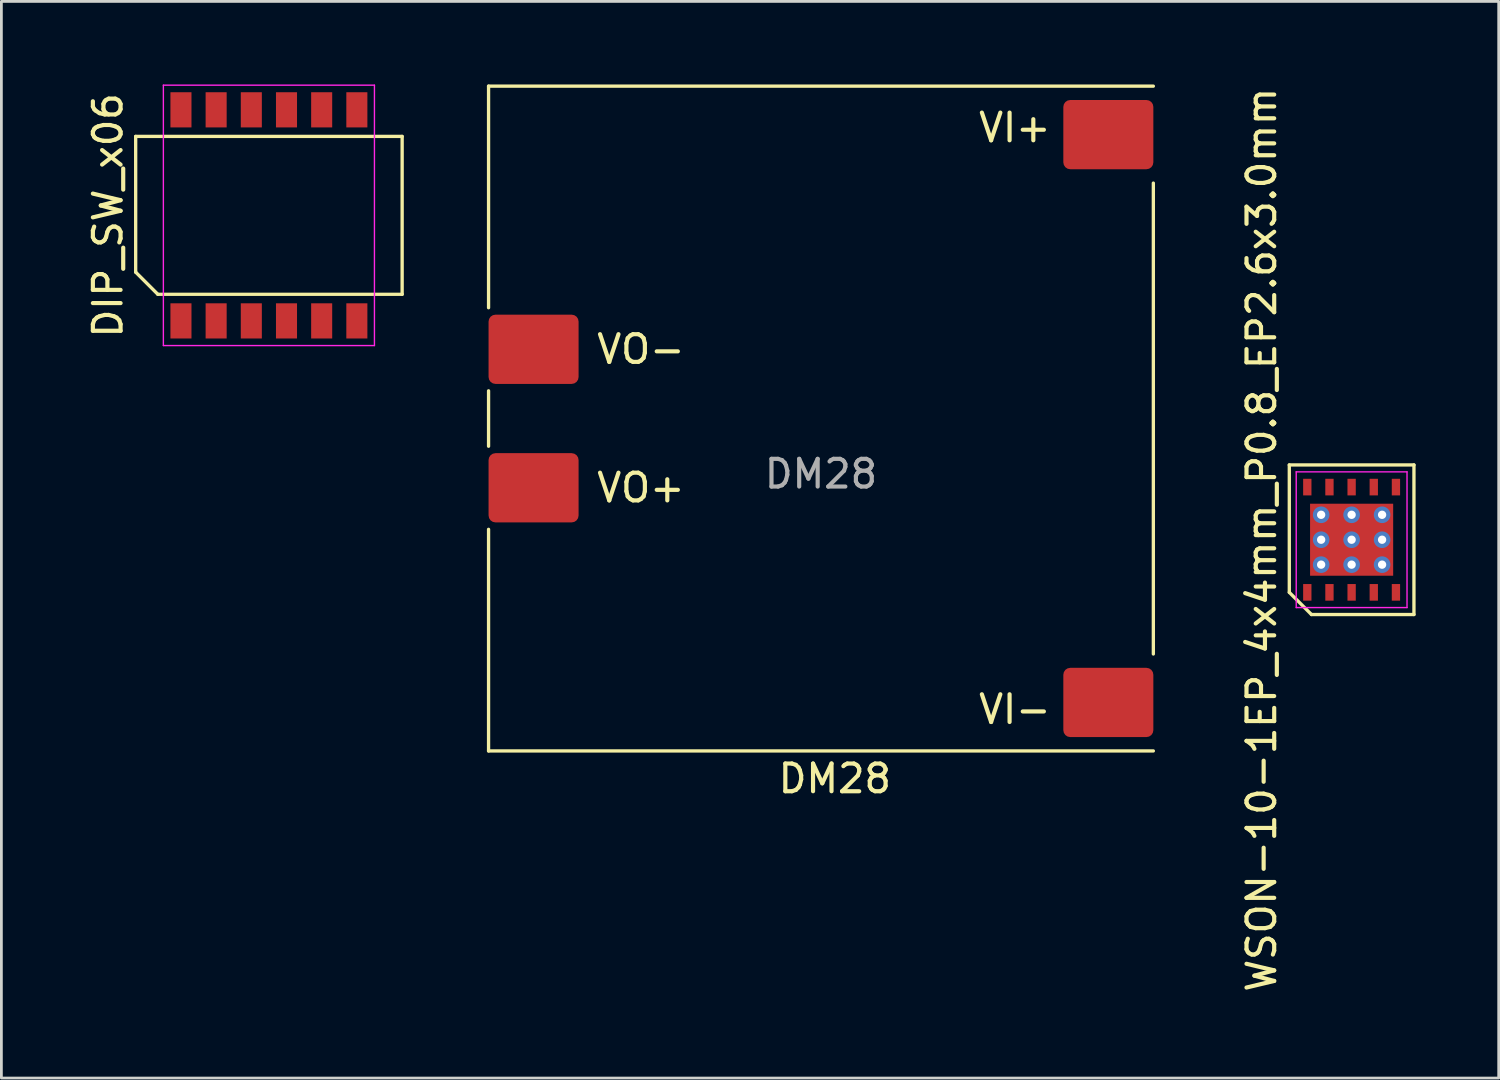
<source format=kicad_pcb>
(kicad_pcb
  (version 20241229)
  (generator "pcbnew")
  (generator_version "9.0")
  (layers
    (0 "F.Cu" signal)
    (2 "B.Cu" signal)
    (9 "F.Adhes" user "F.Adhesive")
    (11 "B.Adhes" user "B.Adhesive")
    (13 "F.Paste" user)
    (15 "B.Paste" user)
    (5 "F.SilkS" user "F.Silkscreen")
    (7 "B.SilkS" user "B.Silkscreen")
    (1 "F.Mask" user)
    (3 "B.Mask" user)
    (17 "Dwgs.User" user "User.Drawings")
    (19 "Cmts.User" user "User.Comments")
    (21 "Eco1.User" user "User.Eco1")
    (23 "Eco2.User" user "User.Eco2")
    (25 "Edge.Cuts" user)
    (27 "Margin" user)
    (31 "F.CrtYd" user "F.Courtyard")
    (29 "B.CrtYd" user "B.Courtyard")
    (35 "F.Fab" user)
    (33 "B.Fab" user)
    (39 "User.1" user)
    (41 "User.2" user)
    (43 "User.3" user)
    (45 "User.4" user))
  (footprint "DIP_SW_x06"
    (layer "F.Cu")
    (at 6.658 4.725)
    (property "Reference" "DIP_SW_x06" (at -5.81 0 90) (layer "F.SilkS") (effects (font (size 1 1) (thickness 0.15))))
    (attr smd)
    (fp_line (start -4.81 -2.85) (end 4.81 -2.85) (stroke (width 0.12) (type solid)) (layer "F.SilkS"))
    (fp_line (start -4.81 2.05) (end -4.81 -2.85) (stroke (width 0.12) (type solid)) (layer "F.SilkS"))
    (fp_line (start -4.01 2.85) (end -4.81 2.05) (stroke (width 0.12) (type solid)) (layer "F.SilkS"))
    (fp_line (start 4.81 -2.85) (end 4.81 2.85) (stroke (width 0.12) (type solid)) (layer "F.SilkS"))
    (fp_line (start 4.81 2.85) (end -4.01 2.85) (stroke (width 0.12) (type solid)) (layer "F.SilkS"))
    (fp_line (start -3.81 -4.7) (end 3.81 -4.7) (stroke (width 0.05) (type solid)) (layer "F.CrtYd"))
    (fp_line (start -3.81 4.7) (end -3.81 -4.7) (stroke (width 0.05) (type solid)) (layer "F.CrtYd"))
    (fp_line (start 3.81 -4.7) (end 3.81 4.7) (stroke (width 0.05) (type solid)) (layer "F.CrtYd"))
    (fp_line (start 3.81 4.7) (end -3.81 4.7) (stroke (width 0.05) (type solid)) (layer "F.CrtYd"))
    (pad "1" smd rect (at -3.175 3.81) (size 0.76 1.27) (layers "F.Cu" "F.Mask" "F.Paste"))
    (pad "2" smd rect (at -1.905 3.81) (size 0.76 1.27) (layers "F.Cu" "F.Mask" "F.Paste"))
    (pad "3" smd rect (at -0.635 3.81) (size 0.76 1.27) (layers "F.Cu" "F.Mask" "F.Paste"))
    (pad "4" smd rect (at 0.635 3.81) (size 0.76 1.27) (layers "F.Cu" "F.Mask" "F.Paste"))
    (pad "5" smd rect (at 1.905 3.81) (size 0.76 1.27) (layers "F.Cu" "F.Mask" "F.Paste"))
    (pad "6" smd rect (at 3.175 3.81) (size 0.76 1.27) (layers "F.Cu" "F.Mask" "F.Paste"))
    (pad "7" smd rect (at 3.175 -3.81) (size 0.76 1.27) (layers "F.Cu" "F.Mask" "F.Paste"))
    (pad "8" smd rect (at 1.905 -3.81) (size 0.76 1.27) (layers "F.Cu" "F.Mask" "F.Paste"))
    (pad "9" smd rect (at 0.635 -3.81) (size 0.76 1.27) (layers "F.Cu" "F.Mask" "F.Paste"))
    (pad "10" smd rect (at -0.635 -3.81) (size 0.76 1.27) (layers "F.Cu" "F.Mask" "F.Paste"))
    (pad "11" smd rect (at -1.905 -3.81) (size 0.76 1.27) (layers "F.Cu" "F.Mask" "F.Paste"))
    (pad "12" smd rect (at -3.175 -3.81) (size 0.76 1.27) (layers "F.Cu" "F.Mask" "F.Paste")))
  (footprint "WSON-10-1EP_4x4mm_P0.8_EP2.6x3.0mm"
    (layer "F.Cu")
    (at 45.746 16.435)
    (property "Reference" "WSON-10-1EP_4x4mm_P0.8_EP2.6x3.0mm" (at -3.25 0 90) (layer "F.SilkS") (effects (font (size 1 1) (thickness 0.15))))
    (attr smd)
    (fp_line (start -2.25 -2.7) (end 2.25 -2.7) (stroke (width 0.12) (type solid)) (layer "F.SilkS"))
    (fp_line (start -2.25 1.9) (end -2.25 -2.7) (stroke (width 0.12) (type solid)) (layer "F.SilkS"))
    (fp_line (start -1.45 2.7) (end -2.25 1.9) (stroke (width 0.12) (type solid)) (layer "F.SilkS"))
    (fp_line (start 2.25 -2.7) (end 2.25 2.7) (stroke (width 0.12) (type solid)) (layer "F.SilkS"))
    (fp_line (start 2.25 2.7) (end -1.45 2.7) (stroke (width 0.12) (type solid)) (layer "F.SilkS"))
    (fp_line (start -2 -2.45) (end 2 -2.45) (stroke (width 0.05) (type solid)) (layer "F.CrtYd"))
    (fp_line (start -2 2.45) (end -2 -2.45) (stroke (width 0.05) (type solid)) (layer "F.CrtYd"))
    (fp_line (start 2 -2.45) (end 2 2.45) (stroke (width 0.05) (type solid)) (layer "F.CrtYd"))
    (fp_line (start 2 2.45) (end -2 2.45) (stroke (width 0.05) (type solid)) (layer "F.CrtYd"))
    (pad "1" smd rect (at -1.6 1.9) (size 0.3 0.6) (layers "F.Cu" "F.Mask" "F.Paste"))
    (pad "2" smd rect (at -0.8 1.9) (size 0.3 0.6) (layers "F.Cu" "F.Mask" "F.Paste"))
    (pad "3" smd rect (at 0 1.9) (size 0.3 0.6) (layers "F.Cu" "F.Mask" "F.Paste"))
    (pad "4" smd rect (at 0.8 1.9) (size 0.3 0.6) (layers "F.Cu" "F.Mask" "F.Paste"))
    (pad "5" smd rect (at 1.6 1.9) (size 0.3 0.6) (layers "F.Cu" "F.Mask" "F.Paste"))
    (pad "6" smd rect (at 1.6 -1.9) (size 0.3 0.6) (layers "F.Cu" "F.Mask" "F.Paste"))
    (pad "7" smd rect (at 0.8 -1.9) (size 0.3 0.6) (layers "F.Cu" "F.Mask" "F.Paste"))
    (pad "8" smd rect (at 0 -1.9) (size 0.3 0.6) (layers "F.Cu" "F.Mask" "F.Paste"))
    (pad "9" smd rect (at -0.8 -1.9) (size 0.3 0.6) (layers "F.Cu" "F.Mask" "F.Paste"))
    (pad "10" smd rect (at -1.6 -1.9) (size 0.3 0.6) (layers "F.Cu" "F.Mask" "F.Paste"))
    (pad "11" thru_hole circle (at -1.1 -0.9) (size 0.6 0.6) (drill 0.3) (layers "*.Cu" "*.Mask"))
    (pad "11" thru_hole circle (at -1.1 0) (size 0.6 0.6) (drill 0.3) (layers "*.Cu" "*.Mask"))
    (pad "11" thru_hole circle (at -1.1 0.9) (size 0.6 0.6) (drill 0.3) (layers "*.Cu" "*.Mask"))
    (pad "11" thru_hole circle (at 0 -0.9) (size 0.6 0.6) (drill 0.3) (layers "*.Cu" "*.Mask"))
    (pad "11" thru_hole circle (at 0 0) (size 0.6 0.6) (drill 0.3) (layers "*.Cu" "*.Mask"))
    (pad "11" smd rect (at 0 0) (size 3 2.6) (layers "F.Cu" "F.Mask" "F.Paste"))
    (pad "11" thru_hole circle (at 0 0.9) (size 0.6 0.6) (drill 0.3) (layers "*.Cu" "*.Mask"))
    (pad "11" thru_hole circle (at 1.1 -0.9) (size 0.6 0.6) (drill 0.3) (layers "*.Cu" "*.Mask"))
    (pad "11" thru_hole circle (at 1.1 0) (size 0.6 0.6) (drill 0.3) (layers "*.Cu" "*.Mask"))
    (pad "11" thru_hole circle (at 1.1 0.9) (size 0.6 0.6) (drill 0.3) (layers "*.Cu" "*.Mask")))
  (footprint "DM28"
    (layer "F.Cu")
    (at 26.588 12.06)
    (property "Reference" "DM28" (at 0.5 13 0) (layer "F.SilkS") (effects (font (size 1 1) (thickness 0.15))))
    (attr through_hole)
    (fp_line (start -12 -12) (end -12 -4) (stroke (width 0.12) (type solid)) (layer "F.SilkS"))
    (fp_line (start -12 -12) (end 12 -12) (stroke (width 0.12) (type solid)) (layer "F.SilkS"))
    (fp_line (start -12 1) (end -12 -1) (stroke (width 0.12) (type solid)) (layer "F.SilkS"))
    (fp_line (start -12 12) (end -12 4) (stroke (width 0.12) (type solid)) (layer "F.SilkS"))
    (fp_line (start 12 -8.5) (end 12 8.5) (stroke (width 0.12) (type solid)) (layer "F.SilkS"))
    (fp_line (start 12 12) (end -12 12) (stroke (width 0.12) (type solid)) (layer "F.SilkS"))
    (fp_text user "VO-" (at -6.5 -2.5 0) (layer "F.SilkS") (effects (font (size 1 1) (thickness 0.15))))
    (fp_text user "VI+" (at 7 -10.5 0) (layer "F.SilkS") (effects (font (size 1 1) (thickness 0.15))))
    (fp_text user "VO+" (at -6.5 2.5 0) (layer "F.SilkS") (effects (font (size 1 1) (thickness 0.15))))
    (fp_text user "VI-" (at 7 10.5 0) (layer "F.SilkS") (effects (font (size 1 1) (thickness 0.15))))
    (fp_text user "DM28" (at 0 2 0) (layer "F.Fab") (effects (font (size 1 1) (thickness 0.15))))
    (pad "1" smd roundrect (at -10 -2.5) (size 3.25 2.5) (drill (offset -0.375 0)) (layers "F.Cu" "F.Mask" "F.Paste") (roundrect_rratio 0.1))
    (pad "2" smd roundrect (at -10 2.5) (size 3.25 2.5) (drill (offset -0.375 0)) (layers "F.Cu" "F.Mask" "F.Paste") (roundrect_rratio 0.1))
    (pad "3" smd roundrect (at 10 10.25) (size 3.25 2.5) (drill (offset 0.375 0)) (layers "F.Cu" "F.Mask" "F.Paste") (roundrect_rratio 0.1))
    (pad "4" smd roundrect (at 10 -10.25) (size 3.25 2.5) (drill (offset 0.375 0)) (layers "F.Cu" "F.Mask" "F.Paste") (roundrect_rratio 0.1)))
  (gr_rect
    (start -3 -3)
    (end 51.056 35.869)
    (stroke (width 0.1) (type default))
    (fill no)
    (layer "Edge.Cuts")))
</source>
